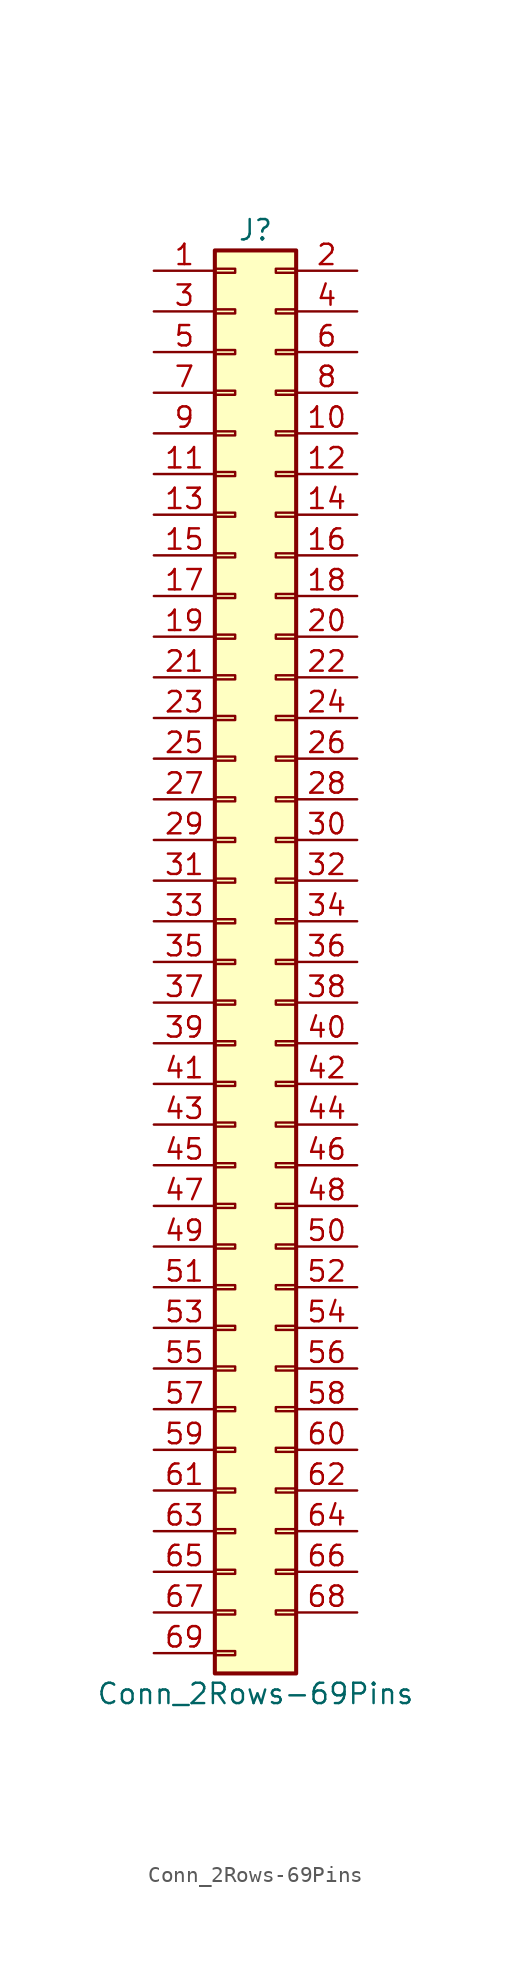
<source format=kicad_sym>
(kicad_symbol_lib
  (version 20220914)
  (generator kicad_symbol_editor)
  (symbol "Conn_2Rows-69Pins"
    (pin_names
      (offset 1.016) hide)
    (property "Reference" "J"
      (at 1.27 45.72 0)
      (effects (font (size 1.27 1.27))))
    (property "Value" "Conn_2Rows-69Pins"
      (at 1.27 -45.72 0)
      (effects (font (size 1.27 1.27))))
    (symbol "Conn_2Rows-69Pins_1_1"
      (rectangle (start -1.27 -43.053) (end 0 -43.307) (stroke (width 0.152) (type solid)) (fill (type none)))
      (rectangle (start -1.27 -40.513) (end 0 -40.767) (stroke (width 0.152) (type solid)) (fill (type none)))
      (rectangle (start -1.27 -37.973) (end 0 -38.227) (stroke (width 0.152) (type solid)) (fill (type none)))
      (rectangle (start -1.27 -35.433) (end 0 -35.687) (stroke (width 0.152) (type solid)) (fill (type none)))
      (rectangle (start -1.27 -32.893) (end 0 -33.147) (stroke (width 0.152) (type solid)) (fill (type none)))
      (rectangle (start -1.27 -30.353) (end 0 -30.607) (stroke (width 0.152) (type solid)) (fill (type none)))
      (rectangle (start -1.27 -27.813) (end 0 -28.067) (stroke (width 0.152) (type solid)) (fill (type none)))
      (rectangle (start -1.27 -25.273) (end 0 -25.527) (stroke (width 0.152) (type solid)) (fill (type none)))
      (rectangle (start -1.27 -22.733) (end 0 -22.987) (stroke (width 0.152) (type solid)) (fill (type none)))
      (rectangle (start -1.27 -20.193) (end 0 -20.447) (stroke (width 0.152) (type solid)) (fill (type none)))
      (rectangle (start -1.27 -17.653) (end 0 -17.907) (stroke (width 0.152) (type solid)) (fill (type none)))
      (rectangle (start -1.27 -15.113) (end 0 -15.367) (stroke (width 0.152) (type solid)) (fill (type none)))
      (rectangle (start -1.27 -12.573) (end 0 -12.827) (stroke (width 0.152) (type solid)) (fill (type none)))
      (rectangle (start -1.27 -10.033) (end 0 -10.287) (stroke (width 0.152) (type solid)) (fill (type none)))
      (rectangle (start -1.27 -7.493) (end 0 -7.747) (stroke (width 0.152) (type solid)) (fill (type none)))
      (rectangle (start -1.27 -4.953) (end 0 -5.207) (stroke (width 0.152) (type solid)) (fill (type none)))
      (rectangle (start -1.27 -2.413) (end 0 -2.667) (stroke (width 0.152) (type solid)) (fill (type none)))
      (rectangle (start -1.27 0.127) (end 0 -0.127) (stroke (width 0.152) (type solid)) (fill (type none)))
      (rectangle (start -1.27 2.667) (end 0 2.413) (stroke (width 0.152) (type solid)) (fill (type none)))
      (rectangle (start -1.27 5.207) (end 0 4.953) (stroke (width 0.152) (type solid)) (fill (type none)))
      (rectangle (start -1.27 7.747) (end 0 7.493) (stroke (width 0.152) (type solid)) (fill (type none)))
      (rectangle (start -1.27 10.287) (end 0 10.033) (stroke (width 0.152) (type solid)) (fill (type none)))
      (rectangle (start -1.27 12.827) (end 0 12.573) (stroke (width 0.152) (type solid)) (fill (type none)))
      (rectangle (start -1.27 15.367) (end 0 15.113) (stroke (width 0.152) (type solid)) (fill (type none)))
      (rectangle (start -1.27 17.907) (end 0 17.653) (stroke (width 0.152) (type solid)) (fill (type none)))
      (rectangle (start -1.27 20.447) (end 0 20.193) (stroke (width 0.152) (type solid)) (fill (type none)))
      (rectangle (start -1.27 22.987) (end 0 22.733) (stroke (width 0.152) (type solid)) (fill (type none)))
      (rectangle (start -1.27 25.527) (end 0 25.273) (stroke (width 0.152) (type solid)) (fill (type none)))
      (rectangle (start -1.27 28.067) (end 0 27.813) (stroke (width 0.152) (type solid)) (fill (type none)))
      (rectangle (start -1.27 30.607) (end 0 30.353) (stroke (width 0.152) (type solid)) (fill (type none)))
      (rectangle (start -1.27 33.147) (end 0 32.893) (stroke (width 0.152) (type solid)) (fill (type none)))
      (rectangle (start -1.27 35.687) (end 0 35.433) (stroke (width 0.152) (type solid)) (fill (type none)))
      (rectangle (start -1.27 38.227) (end 0 37.973) (stroke (width 0.152) (type solid)) (fill (type none)))
      (rectangle (start -1.27 40.767) (end 0 40.513) (stroke (width 0.152) (type solid)) (fill (type none)))
      (rectangle (start -1.27 43.307) (end 0 43.053) (stroke (width 0.152) (type solid)) (fill (type none)))
      (rectangle (start -1.27 44.45) (end 3.81 -44.45) (stroke (width 0.254) (type solid)) (fill (type background)))
      (rectangle (start 3.81 -40.513) (end 2.54 -40.767) (stroke (width 0.152) (type solid)) (fill (type none)))
      (rectangle (start 3.81 -37.973) (end 2.54 -38.227) (stroke (width 0.152) (type solid)) (fill (type none)))
      (rectangle (start 3.81 -35.433) (end 2.54 -35.687) (stroke (width 0.152) (type solid)) (fill (type none)))
      (rectangle (start 3.81 -32.893) (end 2.54 -33.147) (stroke (width 0.152) (type solid)) (fill (type none)))
      (rectangle (start 3.81 -30.353) (end 2.54 -30.607) (stroke (width 0.152) (type solid)) (fill (type none)))
      (rectangle (start 3.81 -27.813) (end 2.54 -28.067) (stroke (width 0.152) (type solid)) (fill (type none)))
      (rectangle (start 3.81 -25.273) (end 2.54 -25.527) (stroke (width 0.152) (type solid)) (fill (type none)))
      (rectangle (start 3.81 -22.733) (end 2.54 -22.987) (stroke (width 0.152) (type solid)) (fill (type none)))
      (rectangle (start 3.81 -20.193) (end 2.54 -20.447) (stroke (width 0.152) (type solid)) (fill (type none)))
      (rectangle (start 3.81 -17.653) (end 2.54 -17.907) (stroke (width 0.152) (type solid)) (fill (type none)))
      (rectangle (start 3.81 -15.113) (end 2.54 -15.367) (stroke (width 0.152) (type solid)) (fill (type none)))
      (rectangle (start 3.81 -12.573) (end 2.54 -12.827) (stroke (width 0.152) (type solid)) (fill (type none)))
      (rectangle (start 3.81 -10.033) (end 2.54 -10.287) (stroke (width 0.152) (type solid)) (fill (type none)))
      (rectangle (start 3.81 -7.493) (end 2.54 -7.747) (stroke (width 0.152) (type solid)) (fill (type none)))
      (rectangle (start 3.81 -4.953) (end 2.54 -5.207) (stroke (width 0.152) (type solid)) (fill (type none)))
      (rectangle (start 3.81 -2.413) (end 2.54 -2.667) (stroke (width 0.152) (type solid)) (fill (type none)))
      (rectangle (start 3.81 0.127) (end 2.54 -0.127) (stroke (width 0.152) (type solid)) (fill (type none)))
      (rectangle (start 3.81 2.667) (end 2.54 2.413) (stroke (width 0.152) (type solid)) (fill (type none)))
      (rectangle (start 3.81 5.207) (end 2.54 4.953) (stroke (width 0.152) (type solid)) (fill (type none)))
      (rectangle (start 3.81 7.747) (end 2.54 7.493) (stroke (width 0.152) (type solid)) (fill (type none)))
      (rectangle (start 3.81 10.287) (end 2.54 10.033) (stroke (width 0.152) (type solid)) (fill (type none)))
      (rectangle (start 3.81 12.827) (end 2.54 12.573) (stroke (width 0.152) (type solid)) (fill (type none)))
      (rectangle (start 3.81 15.367) (end 2.54 15.113) (stroke (width 0.152) (type solid)) (fill (type none)))
      (rectangle (start 3.81 17.907) (end 2.54 17.653) (stroke (width 0.152) (type solid)) (fill (type none)))
      (rectangle (start 3.81 20.447) (end 2.54 20.193) (stroke (width 0.152) (type solid)) (fill (type none)))
      (rectangle (start 3.81 22.987) (end 2.54 22.733) (stroke (width 0.152) (type solid)) (fill (type none)))
      (rectangle (start 3.81 25.527) (end 2.54 25.273) (stroke (width 0.152) (type solid)) (fill (type none)))
      (rectangle (start 3.81 28.067) (end 2.54 27.813) (stroke (width 0.152) (type solid)) (fill (type none)))
      (rectangle (start 3.81 30.607) (end 2.54 30.353) (stroke (width 0.152) (type solid)) (fill (type none)))
      (rectangle (start 3.81 33.147) (end 2.54 32.893) (stroke (width 0.152) (type solid)) (fill (type none)))
      (rectangle (start 3.81 35.687) (end 2.54 35.433) (stroke (width 0.152) (type solid)) (fill (type none)))
      (rectangle (start 3.81 38.227) (end 2.54 37.973) (stroke (width 0.152) (type solid)) (fill (type none)))
      (rectangle (start 3.81 40.767) (end 2.54 40.513) (stroke (width 0.152) (type solid)) (fill (type none)))
      (rectangle (start 3.81 43.307) (end 2.54 43.053) (stroke (width 0.152) (type solid)) (fill (type none)))
      (pin passive line (at -5.08 43.18 0) (length 3.81) (name "Pin_1" (effects (font (size 1.27 1.27)))) (number "1" (effects (font (size 1.27 1.27)))))
      (pin passive line (at 7.62 33.02 180) (length 3.81) (name "Pin_10" (effects (font (size 1.27 1.27)))) (number "10" (effects (font (size 1.27 1.27)))))
      (pin passive line (at -5.08 30.48 0) (length 3.81) (name "Pin_11" (effects (font (size 1.27 1.27)))) (number "11" (effects (font (size 1.27 1.27)))))
      (pin passive line (at 7.62 30.48 180) (length 3.81) (name "Pin_12" (effects (font (size 1.27 1.27)))) (number "12" (effects (font (size 1.27 1.27)))))
      (pin passive line (at -5.08 27.94 0) (length 3.81) (name "Pin_13" (effects (font (size 1.27 1.27)))) (number "13" (effects (font (size 1.27 1.27)))))
      (pin passive line (at 7.62 27.94 180) (length 3.81) (name "Pin_14" (effects (font (size 1.27 1.27)))) (number "14" (effects (font (size 1.27 1.27)))))
      (pin passive line (at -5.08 25.4 0) (length 3.81) (name "Pin_15" (effects (font (size 1.27 1.27)))) (number "15" (effects (font (size 1.27 1.27)))))
      (pin passive line (at 7.62 25.4 180) (length 3.81) (name "Pin_16" (effects (font (size 1.27 1.27)))) (number "16" (effects (font (size 1.27 1.27)))))
      (pin passive line (at -5.08 22.86 0) (length 3.81) (name "Pin_17" (effects (font (size 1.27 1.27)))) (number "17" (effects (font (size 1.27 1.27)))))
      (pin passive line (at 7.62 22.86 180) (length 3.81) (name "Pin_18" (effects (font (size 1.27 1.27)))) (number "18" (effects (font (size 1.27 1.27)))))
      (pin passive line (at -5.08 20.32 0) (length 3.81) (name "Pin_19" (effects (font (size 1.27 1.27)))) (number "19" (effects (font (size 1.27 1.27)))))
      (pin passive line (at 7.62 43.18 180) (length 3.81) (name "Pin_2" (effects (font (size 1.27 1.27)))) (number "2" (effects (font (size 1.27 1.27)))))
      (pin passive line (at 7.62 20.32 180) (length 3.81) (name "Pin_20" (effects (font (size 1.27 1.27)))) (number "20" (effects (font (size 1.27 1.27)))))
      (pin passive line (at -5.08 17.78 0) (length 3.81) (name "Pin_21" (effects (font (size 1.27 1.27)))) (number "21" (effects (font (size 1.27 1.27)))))
      (pin passive line (at 7.62 17.78 180) (length 3.81) (name "Pin_22" (effects (font (size 1.27 1.27)))) (number "22" (effects (font (size 1.27 1.27)))))
      (pin passive line (at -5.08 15.24 0) (length 3.81) (name "Pin_23" (effects (font (size 1.27 1.27)))) (number "23" (effects (font (size 1.27 1.27)))))
      (pin passive line (at 7.62 15.24 180) (length 3.81) (name "Pin_24" (effects (font (size 1.27 1.27)))) (number "24" (effects (font (size 1.27 1.27)))))
      (pin passive line (at -5.08 12.7 0) (length 3.81) (name "Pin_25" (effects (font (size 1.27 1.27)))) (number "25" (effects (font (size 1.27 1.27)))))
      (pin passive line (at 7.62 12.7 180) (length 3.81) (name "Pin_26" (effects (font (size 1.27 1.27)))) (number "26" (effects (font (size 1.27 1.27)))))
      (pin passive line (at -5.08 10.16 0) (length 3.81) (name "Pin_27" (effects (font (size 1.27 1.27)))) (number "27" (effects (font (size 1.27 1.27)))))
      (pin passive line (at 7.62 10.16 180) (length 3.81) (name "Pin_28" (effects (font (size 1.27 1.27)))) (number "28" (effects (font (size 1.27 1.27)))))
      (pin passive line (at -5.08 7.62 0) (length 3.81) (name "Pin_29" (effects (font (size 1.27 1.27)))) (number "29" (effects (font (size 1.27 1.27)))))
      (pin passive line (at -5.08 40.64 0) (length 3.81) (name "Pin_3" (effects (font (size 1.27 1.27)))) (number "3" (effects (font (size 1.27 1.27)))))
      (pin passive line (at 7.62 7.62 180) (length 3.81) (name "Pin_30" (effects (font (size 1.27 1.27)))) (number "30" (effects (font (size 1.27 1.27)))))
      (pin passive line (at -5.08 5.08 0) (length 3.81) (name "Pin_31" (effects (font (size 1.27 1.27)))) (number "31" (effects (font (size 1.27 1.27)))))
      (pin passive line (at 7.62 5.08 180) (length 3.81) (name "Pin_32" (effects (font (size 1.27 1.27)))) (number "32" (effects (font (size 1.27 1.27)))))
      (pin passive line (at -5.08 2.54 0) (length 3.81) (name "Pin_33" (effects (font (size 1.27 1.27)))) (number "33" (effects (font (size 1.27 1.27)))))
      (pin passive line (at 7.62 2.54 180) (length 3.81) (name "Pin_34" (effects (font (size 1.27 1.27)))) (number "34" (effects (font (size 1.27 1.27)))))
      (pin passive line (at -5.08 0 0) (length 3.81) (name "Pin_35" (effects (font (size 1.27 1.27)))) (number "35" (effects (font (size 1.27 1.27)))))
      (pin passive line (at 7.62 0 180) (length 3.81) (name "Pin_36" (effects (font (size 1.27 1.27)))) (number "36" (effects (font (size 1.27 1.27)))))
      (pin passive line (at -5.08 -2.54 0) (length 3.81) (name "Pin_37" (effects (font (size 1.27 1.27)))) (number "37" (effects (font (size 1.27 1.27)))))
      (pin passive line (at 7.62 -2.54 180) (length 3.81) (name "Pin_38" (effects (font (size 1.27 1.27)))) (number "38" (effects (font (size 1.27 1.27)))))
      (pin passive line (at -5.08 -5.08 0) (length 3.81) (name "Pin_39" (effects (font (size 1.27 1.27)))) (number "39" (effects (font (size 1.27 1.27)))))
      (pin passive line (at 7.62 40.64 180) (length 3.81) (name "Pin_4" (effects (font (size 1.27 1.27)))) (number "4" (effects (font (size 1.27 1.27)))))
      (pin passive line (at 7.62 -5.08 180) (length 3.81) (name "Pin_40" (effects (font (size 1.27 1.27)))) (number "40" (effects (font (size 1.27 1.27)))))
      (pin passive line (at -5.08 -7.62 0) (length 3.81) (name "Pin_41" (effects (font (size 1.27 1.27)))) (number "41" (effects (font (size 1.27 1.27)))))
      (pin passive line (at 7.62 -7.62 180) (length 3.81) (name "Pin_42" (effects (font (size 1.27 1.27)))) (number "42" (effects (font (size 1.27 1.27)))))
      (pin passive line (at -5.08 -10.16 0) (length 3.81) (name "Pin_43" (effects (font (size 1.27 1.27)))) (number "43" (effects (font (size 1.27 1.27)))))
      (pin passive line (at 7.62 -10.16 180) (length 3.81) (name "Pin_44" (effects (font (size 1.27 1.27)))) (number "44" (effects (font (size 1.27 1.27)))))
      (pin passive line (at -5.08 -12.7 0) (length 3.81) (name "Pin_45" (effects (font (size 1.27 1.27)))) (number "45" (effects (font (size 1.27 1.27)))))
      (pin passive line (at 7.62 -12.7 180) (length 3.81) (name "Pin_46" (effects (font (size 1.27 1.27)))) (number "46" (effects (font (size 1.27 1.27)))))
      (pin passive line (at -5.08 -15.24 0) (length 3.81) (name "Pin_47" (effects (font (size 1.27 1.27)))) (number "47" (effects (font (size 1.27 1.27)))))
      (pin passive line (at 7.62 -15.24 180) (length 3.81) (name "Pin_48" (effects (font (size 1.27 1.27)))) (number "48" (effects (font (size 1.27 1.27)))))
      (pin passive line (at -5.08 -17.78 0) (length 3.81) (name "Pin_49" (effects (font (size 1.27 1.27)))) (number "49" (effects (font (size 1.27 1.27)))))
      (pin passive line (at -5.08 38.1 0) (length 3.81) (name "Pin_5" (effects (font (size 1.27 1.27)))) (number "5" (effects (font (size 1.27 1.27)))))
      (pin passive line (at 7.62 -17.78 180) (length 3.81) (name "Pin_50" (effects (font (size 1.27 1.27)))) (number "50" (effects (font (size 1.27 1.27)))))
      (pin passive line (at -5.08 -20.32 0) (length 3.81) (name "Pin_51" (effects (font (size 1.27 1.27)))) (number "51" (effects (font (size 1.27 1.27)))))
      (pin passive line (at 7.62 -20.32 180) (length 3.81) (name "Pin_52" (effects (font (size 1.27 1.27)))) (number "52" (effects (font (size 1.27 1.27)))))
      (pin passive line (at -5.08 -22.86 0) (length 3.81) (name "Pin_53" (effects (font (size 1.27 1.27)))) (number "53" (effects (font (size 1.27 1.27)))))
      (pin passive line (at 7.62 -22.86 180) (length 3.81) (name "Pin_54" (effects (font (size 1.27 1.27)))) (number "54" (effects (font (size 1.27 1.27)))))
      (pin passive line (at -5.08 -25.4 0) (length 3.81) (name "Pin_55" (effects (font (size 1.27 1.27)))) (number "55" (effects (font (size 1.27 1.27)))))
      (pin passive line (at 7.62 -25.4 180) (length 3.81) (name "Pin_56" (effects (font (size 1.27 1.27)))) (number "56" (effects (font (size 1.27 1.27)))))
      (pin passive line (at -5.08 -27.94 0) (length 3.81) (name "Pin_57" (effects (font (size 1.27 1.27)))) (number "57" (effects (font (size 1.27 1.27)))))
      (pin passive line (at 7.62 -27.94 180) (length 3.81) (name "Pin_58" (effects (font (size 1.27 1.27)))) (number "58" (effects (font (size 1.27 1.27)))))
      (pin passive line (at -5.08 -30.48 0) (length 3.81) (name "Pin_59" (effects (font (size 1.27 1.27)))) (number "59" (effects (font (size 1.27 1.27)))))
      (pin passive line (at 7.62 38.1 180) (length 3.81) (name "Pin_6" (effects (font (size 1.27 1.27)))) (number "6" (effects (font (size 1.27 1.27)))))
      (pin passive line (at 7.62 -30.48 180) (length 3.81) (name "Pin_60" (effects (font (size 1.27 1.27)))) (number "60" (effects (font (size 1.27 1.27)))))
      (pin passive line (at -5.08 -33.02 0) (length 3.81) (name "Pin_61" (effects (font (size 1.27 1.27)))) (number "61" (effects (font (size 1.27 1.27)))))
      (pin passive line (at 7.62 -33.02 180) (length 3.81) (name "Pin_62" (effects (font (size 1.27 1.27)))) (number "62" (effects (font (size 1.27 1.27)))))
      (pin passive line (at -5.08 -35.56 0) (length 3.81) (name "Pin_63" (effects (font (size 1.27 1.27)))) (number "63" (effects (font (size 1.27 1.27)))))
      (pin passive line (at 7.62 -35.56 180) (length 3.81) (name "Pin_64" (effects (font (size 1.27 1.27)))) (number "64" (effects (font (size 1.27 1.27)))))
      (pin passive line (at -5.08 -38.1 0) (length 3.81) (name "Pin_65" (effects (font (size 1.27 1.27)))) (number "65" (effects (font (size 1.27 1.27)))))
      (pin passive line (at 7.62 -38.1 180) (length 3.81) (name "Pin_66" (effects (font (size 1.27 1.27)))) (number "66" (effects (font (size 1.27 1.27)))))
      (pin passive line (at -5.08 -40.64 0) (length 3.81) (name "Pin_67" (effects (font (size 1.27 1.27)))) (number "67" (effects (font (size 1.27 1.27)))))
      (pin passive line (at 7.62 -40.64 180) (length 3.81) (name "Pin_68" (effects (font (size 1.27 1.27)))) (number "68" (effects (font (size 1.27 1.27)))))
      (pin passive line (at -5.08 -43.18 0) (length 3.81) (name "Pin_69" (effects (font (size 1.27 1.27)))) (number "69" (effects (font (size 1.27 1.27)))))
      (pin passive line (at -5.08 35.56 0) (length 3.81) (name "Pin_7" (effects (font (size 1.27 1.27)))) (number "7" (effects (font (size 1.27 1.27)))))
      (pin passive line (at 7.62 35.56 180) (length 3.81) (name "Pin_8" (effects (font (size 1.27 1.27)))) (number "8" (effects (font (size 1.27 1.27)))))
      (pin passive line (at -5.08 33.02 0) (length 3.81) (name "Pin_9" (effects (font (size 1.27 1.27)))) (number "9" (effects (font (size 1.27 1.27))))))))
</source>
